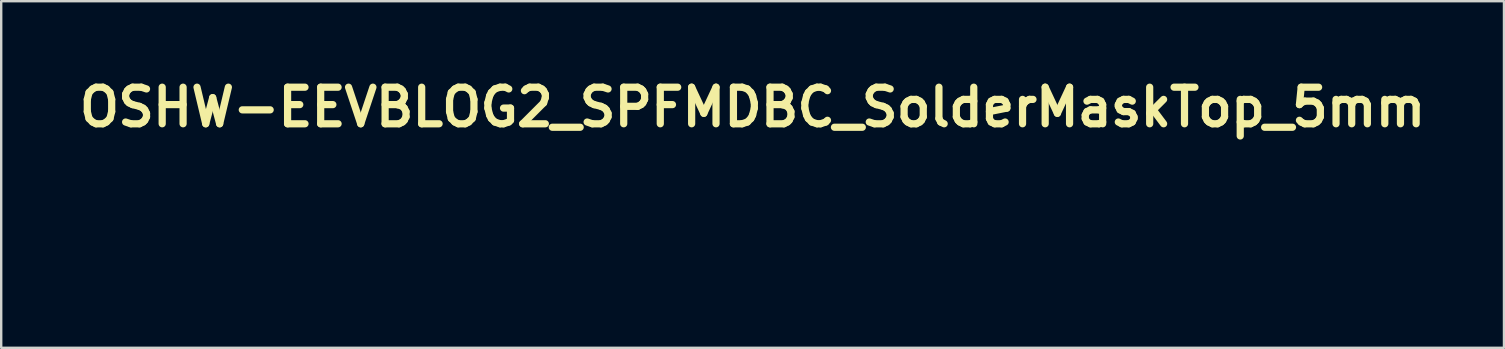
<source format=kicad_pcb>
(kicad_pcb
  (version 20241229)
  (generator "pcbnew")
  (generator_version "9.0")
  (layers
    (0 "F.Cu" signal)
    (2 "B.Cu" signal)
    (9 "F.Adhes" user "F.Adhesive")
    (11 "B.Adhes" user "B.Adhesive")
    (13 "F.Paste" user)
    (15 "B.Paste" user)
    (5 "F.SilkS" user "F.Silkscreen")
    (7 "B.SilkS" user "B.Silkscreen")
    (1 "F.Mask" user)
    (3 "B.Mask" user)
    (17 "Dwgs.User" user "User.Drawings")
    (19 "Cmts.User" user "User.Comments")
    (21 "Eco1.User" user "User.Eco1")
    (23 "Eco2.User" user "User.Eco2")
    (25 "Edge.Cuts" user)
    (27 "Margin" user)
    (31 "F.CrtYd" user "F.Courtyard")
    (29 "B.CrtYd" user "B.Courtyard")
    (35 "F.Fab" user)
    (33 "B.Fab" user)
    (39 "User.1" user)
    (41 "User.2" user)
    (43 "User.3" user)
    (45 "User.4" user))
  (footprint "OSHW-EEVBLOG2_SPFMDBC_SolderMaskTop_5mm"
    (layer "F.Cu")
    (at 28.31 5.863)
    (property "Reference" "OSHW-EEVBLOG2_SPFMDBC_SolderMaskTop_5mm" (at 0 -4.445 0) (layer "F.SilkS") (effects (font (size 1.524 1.524) (thickness 0.3))))
    (attr through_hole)
    (fp_poly (pts (xy -0.633 1.979) (xy -0.954 1.979) (xy -0.954 2.121) (xy -0.668 2.121) (xy -0.668 2.264) (xy -0.954 2.264) (xy -0.954 2.558) (xy -1.123 2.558) (xy -1.123 1.836) (xy -0.633 1.836) (xy -0.633 1.979)) (stroke (width 0.01) (type solid)) (fill yes) (layer "F.Mask"))
    (fp_poly (pts (xy -1.484 1.835) (xy -1.419 1.845) (xy -1.373 1.859) (xy -1.318 1.888) (xy -1.278 1.923) (xy -1.252 1.967) (xy -1.238 2.022) (xy -1.235 2.072) (xy -1.241 2.138) (xy -1.259 2.193) (xy -1.291 2.238) (xy -1.335 2.272) (xy -1.394 2.296) (xy -1.468 2.31) (xy -1.522 2.315) (xy -1.613 2.32) (xy -1.613 2.558) (xy -1.782 2.558) (xy -1.782 2.078) (xy -1.613 2.078) (xy -1.613 2.175) (xy -1.568 2.175) (xy -1.531 2.172) (xy -1.494 2.167) (xy -1.483 2.165) (xy -1.444 2.148) (xy -1.419 2.121) (xy -1.408 2.083) (xy -1.408 2.075) (xy -1.413 2.036) (xy -1.428 2.01) (xy -1.451 1.993) (xy -1.479 1.983) (xy -1.517 1.976) (xy -1.555 1.972) (xy -1.586 1.974) (xy -1.59 1.975) (xy -1.6 1.978) (xy -1.607 1.983) (xy -1.611 1.994) (xy -1.613 2.014) (xy -1.613 2.047) (xy -1.613 2.078) (xy -1.782 2.078) (xy -1.782 1.847) (xy -1.74 1.841) (xy -1.647 1.833) (xy -1.561 1.831) (xy -1.484 1.835)) (stroke (width 0.01) (type solid)) (fill yes) (layer "F.Mask"))
    (fp_poly (pts (xy 2.25 1.826) (xy 2.253 1.827) (xy 2.3 1.835) (xy 2.342 1.846) (xy 2.376 1.858) (xy 2.398 1.87) (xy 2.404 1.877) (xy 2.404 1.893) (xy 2.398 1.917) (xy 2.394 1.928) (xy 2.383 1.957) (xy 2.374 1.983) (xy 2.372 1.989) (xy 2.363 2.013) (xy 2.317 1.995) (xy 2.247 1.976) (xy 2.182 1.971) (xy 2.124 1.982) (xy 2.074 2.008) (xy 2.053 2.026) (xy 2.025 2.062) (xy 2.006 2.102) (xy 1.997 2.151) (xy 1.995 2.197) (xy 2.001 2.267) (xy 2.02 2.323) (xy 2.051 2.368) (xy 2.094 2.399) (xy 2.123 2.411) (xy 2.173 2.421) (xy 2.231 2.421) (xy 2.291 2.411) (xy 2.333 2.398) (xy 2.376 2.381) (xy 2.399 2.451) (xy 2.422 2.522) (xy 2.374 2.54) (xy 2.35 2.547) (xy 2.316 2.554) (xy 2.277 2.562) (xy 2.238 2.568) (xy 2.202 2.573) (xy 2.176 2.575) (xy 2.166 2.574) (xy 2.155 2.573) (xy 2.132 2.57) (xy 2.101 2.566) (xy 2.1 2.566) (xy 2.026 2.548) (xy 1.962 2.517) (xy 1.91 2.472) (xy 1.868 2.415) (xy 1.839 2.346) (xy 1.823 2.267) (xy 1.82 2.178) (xy 1.821 2.159) (xy 1.833 2.084) (xy 1.859 2.014) (xy 1.895 1.952) (xy 1.921 1.922) (xy 1.971 1.883) (xy 2.032 1.852) (xy 2.102 1.832) (xy 2.176 1.823) (xy 2.25 1.826)) (stroke (width 0.01) (type solid)) (fill yes) (layer "F.Mask"))
    (fp_poly (pts (xy 0.61 1.833) (xy 0.669 1.835) (xy 0.721 1.839) (xy 0.763 1.845) (xy 0.773 1.848) (xy 0.849 1.874) (xy 0.91 1.911) (xy 0.958 1.959) (xy 0.995 2.019) (xy 0.996 2.022) (xy 1.007 2.048) (xy 1.015 2.075) (xy 1.019 2.106) (xy 1.022 2.148) (xy 1.023 2.172) (xy 1.025 2.22) (xy 1.024 2.256) (xy 1.02 2.285) (xy 1.013 2.314) (xy 1.007 2.336) (xy 0.977 2.402) (xy 0.932 2.458) (xy 0.875 2.504) (xy 0.806 2.537) (xy 0.73 2.557) (xy 0.699 2.561) (xy 0.657 2.563) (xy 0.611 2.565) (xy 0.566 2.566) (xy 0.526 2.565) (xy 0.497 2.563) (xy 0.49 2.562) (xy 0.474 2.559) (xy 0.447 2.555) (xy 0.434 2.553) (xy 0.392 2.548) (xy 0.392 1.98) (xy 0.561 1.98) (xy 0.561 2.424) (xy 0.6 2.424) (xy 0.633 2.422) (xy 0.671 2.418) (xy 0.687 2.415) (xy 0.745 2.396) (xy 0.792 2.365) (xy 0.825 2.321) (xy 0.846 2.264) (xy 0.853 2.22) (xy 0.852 2.154) (xy 0.838 2.096) (xy 0.811 2.047) (xy 0.774 2.011) (xy 0.756 2) (xy 0.731 1.991) (xy 0.694 1.983) (xy 0.655 1.976) (xy 0.617 1.973) (xy 0.59 1.974) (xy 0.587 1.974) (xy 0.561 1.98) (xy 0.392 1.98) (xy 0.392 1.846) (xy 0.443 1.839) (xy 0.492 1.835) (xy 0.549 1.832) (xy 0.61 1.833)) (stroke (width 0.01) (type solid)) (fill yes) (layer "F.Mask"))
    (fp_poly (pts (xy 1.452 1.835) (xy 1.516 1.843) (xy 1.568 1.858) (xy 1.61 1.879) (xy 1.621 1.887) (xy 1.657 1.924) (xy 1.681 1.969) (xy 1.691 2.018) (xy 1.687 2.066) (xy 1.669 2.112) (xy 1.646 2.14) (xy 1.63 2.159) (xy 1.626 2.169) (xy 1.631 2.173) (xy 1.645 2.182) (xy 1.665 2.198) (xy 1.677 2.21) (xy 1.704 2.249) (xy 1.72 2.297) (xy 1.725 2.35) (xy 1.718 2.402) (xy 1.699 2.45) (xy 1.686 2.469) (xy 1.655 2.498) (xy 1.612 2.524) (xy 1.562 2.545) (xy 1.516 2.558) (xy 1.49 2.561) (xy 1.453 2.563) (xy 1.409 2.565) (xy 1.362 2.566) (xy 1.319 2.566) (xy 1.282 2.564) (xy 1.259 2.562) (xy 1.257 2.562) (xy 1.24 2.559) (xy 1.214 2.555) (xy 1.201 2.553) (xy 1.159 2.548) (xy 1.159 2.246) (xy 1.319 2.246) (xy 1.319 2.423) (xy 1.357 2.426) (xy 1.394 2.426) (xy 1.435 2.424) (xy 1.473 2.419) (xy 1.502 2.412) (xy 1.512 2.408) (xy 1.532 2.394) (xy 1.542 2.384) (xy 1.551 2.362) (xy 1.553 2.332) (xy 1.548 2.302) (xy 1.538 2.282) (xy 1.513 2.266) (xy 1.474 2.254) (xy 1.422 2.247) (xy 1.382 2.246) (xy 1.319 2.246) (xy 1.159 2.246) (xy 1.159 2.124) (xy 1.319 2.124) (xy 1.397 2.118) (xy 1.443 2.114) (xy 1.476 2.106) (xy 1.496 2.096) (xy 1.497 2.096) (xy 1.516 2.073) (xy 1.523 2.043) (xy 1.52 2.013) (xy 1.506 1.991) (xy 1.493 1.983) (xy 1.474 1.977) (xy 1.446 1.973) (xy 1.404 1.971) (xy 1.403 1.971) (xy 1.319 1.968) (xy 1.319 2.124) (xy 1.159 2.124) (xy 1.159 1.846) (xy 1.21 1.839) (xy 1.24 1.836) (xy 1.281 1.834) (xy 1.329 1.833) (xy 1.372 1.832) (xy 1.452 1.835)) (stroke (width 0.01) (type solid)) (fill yes) (layer "F.Mask"))
    (fp_poly (pts (xy -2.103 1.825) (xy -2.088 1.827) (xy -2.048 1.834) (xy -2.009 1.843) (xy -1.975 1.854) (xy -1.95 1.864) (xy -1.938 1.871) (xy -1.94 1.882) (xy -1.946 1.903) (xy -1.954 1.931) (xy -1.964 1.96) (xy -1.973 1.985) (xy -1.98 2.001) (xy -1.982 2.003) (xy -1.991 2.001) (xy -2.011 1.994) (xy -2.03 1.987) (xy -2.088 1.973) (xy -2.139 1.97) (xy -2.174 1.97) (xy -2.196 1.974) (xy -2.212 1.981) (xy -2.224 1.991) (xy -2.241 2.014) (xy -2.244 2.035) (xy -2.233 2.056) (xy -2.206 2.078) (xy -2.163 2.1) (xy -2.115 2.121) (xy -2.046 2.151) (xy -1.993 2.18) (xy -1.954 2.21) (xy -1.927 2.244) (xy -1.912 2.283) (xy -1.904 2.329) (xy -1.904 2.357) (xy -1.911 2.42) (xy -1.931 2.471) (xy -1.965 2.511) (xy -2.014 2.541) (xy -2.041 2.551) (xy -2.083 2.561) (xy -2.135 2.568) (xy -2.192 2.571) (xy -2.246 2.569) (xy -2.277 2.566) (xy -2.319 2.558) (xy -2.358 2.547) (xy -2.391 2.535) (xy -2.414 2.524) (xy -2.422 2.515) (xy -2.421 2.502) (xy -2.415 2.479) (xy -2.406 2.451) (xy -2.395 2.424) (xy -2.385 2.401) (xy -2.376 2.388) (xy -2.374 2.386) (xy -2.362 2.39) (xy -2.339 2.398) (xy -2.317 2.406) (xy -2.274 2.417) (xy -2.227 2.424) (xy -2.18 2.425) (xy -2.139 2.42) (xy -2.108 2.411) (xy -2.1 2.406) (xy -2.082 2.382) (xy -2.076 2.354) (xy -2.083 2.327) (xy -2.092 2.315) (xy -2.112 2.302) (xy -2.144 2.285) (xy -2.186 2.266) (xy -2.233 2.247) (xy -2.247 2.242) (xy -2.31 2.212) (xy -2.359 2.173) (xy -2.394 2.127) (xy -2.412 2.073) (xy -2.415 2.037) (xy -2.409 1.993) (xy -2.394 1.947) (xy -2.373 1.908) (xy -2.363 1.895) (xy -2.329 1.868) (xy -2.281 1.846) (xy -2.225 1.831) (xy -2.164 1.824) (xy -2.103 1.825)) (stroke (width 0.01) (type solid)) (fill yes) (layer "F.Mask"))
    (fp_poly (pts (xy -0.283 1.936) (xy -0.259 1.988) (xy -0.231 2.048) (xy -0.205 2.107) (xy -0.191 2.141) (xy -0.174 2.18) (xy -0.159 2.213) (xy -0.148 2.236) (xy -0.143 2.245) (xy -0.142 2.246) (xy -0.137 2.238) (xy -0.127 2.217) (xy -0.113 2.187) (xy -0.103 2.163) (xy -0.086 2.124) (xy -0.064 2.074) (xy -0.039 2.02) (xy -0.015 1.968) (xy -0.01 1.958) (xy 0.047 1.836) (xy 0.203 1.836) (xy 0.208 1.886) (xy 0.214 1.934) (xy 0.219 1.994) (xy 0.226 2.061) (xy 0.232 2.134) (xy 0.238 2.209) (xy 0.243 2.283) (xy 0.249 2.354) (xy 0.253 2.418) (xy 0.256 2.473) (xy 0.258 2.515) (xy 0.258 2.537) (xy 0.258 2.547) (xy 0.253 2.553) (xy 0.24 2.556) (xy 0.217 2.558) (xy 0.18 2.558) (xy 0.099 2.558) (xy 0.095 2.502) (xy 0.093 2.474) (xy 0.09 2.432) (xy 0.088 2.382) (xy 0.085 2.327) (xy 0.084 2.296) (xy 0.082 2.244) (xy 0.079 2.199) (xy 0.077 2.162) (xy 0.074 2.137) (xy 0.072 2.128) (xy 0.068 2.127) (xy 0.059 2.139) (xy 0.046 2.164) (xy 0.028 2.204) (xy 0.004 2.259) (xy -0.009 2.29) (xy -0.085 2.469) (xy -0.146 2.467) (xy -0.207 2.464) (xy -0.284 2.282) (xy -0.361 2.099) (xy -0.367 2.157) (xy -0.369 2.184) (xy -0.371 2.226) (xy -0.374 2.277) (xy -0.377 2.334) (xy -0.379 2.386) (xy -0.386 2.558) (xy -0.55 2.558) (xy -0.547 2.515) (xy -0.545 2.493) (xy -0.543 2.456) (xy -0.54 2.409) (xy -0.537 2.356) (xy -0.535 2.313) (xy -0.531 2.251) (xy -0.526 2.186) (xy -0.521 2.12) (xy -0.516 2.055) (xy -0.51 1.995) (xy -0.505 1.941) (xy -0.5 1.898) (xy -0.496 1.867) (xy -0.494 1.852) (xy -0.489 1.844) (xy -0.478 1.839) (xy -0.458 1.837) (xy -0.424 1.836) (xy -0.411 1.836) (xy -0.332 1.836) (xy -0.283 1.936)) (stroke (width 0.01) (type solid)) (fill yes) (layer "F.Mask"))
    (fp_poly (pts (xy 0.348 -2.573) (xy 0.351 -2.56) (xy 0.358 -2.531) (xy 0.366 -2.49) (xy 0.377 -2.437) (xy 0.389 -2.376) (xy 0.401 -2.308) (xy 0.409 -2.264) (xy 0.423 -2.195) (xy 0.435 -2.131) (xy 0.446 -2.075) (xy 0.456 -2.028) (xy 0.463 -1.994) (xy 0.468 -1.973) (xy 0.47 -1.968) (xy 0.482 -1.962) (xy 0.507 -1.95) (xy 0.542 -1.934) (xy 0.586 -1.916) (xy 0.636 -1.895) (xy 0.688 -1.874) (xy 0.739 -1.853) (xy 0.788 -1.834) (xy 0.832 -1.817) (xy 0.867 -1.805) (xy 0.891 -1.797) (xy 0.901 -1.794) (xy 0.912 -1.801) (xy 0.938 -1.817) (xy 0.978 -1.843) (xy 1.032 -1.879) (xy 1.101 -1.926) (xy 1.184 -1.982) (xy 1.281 -2.049) (xy 1.345 -2.093) (xy 1.376 -2.114) (xy 1.403 -2.129) (xy 1.421 -2.138) (xy 1.425 -2.139) (xy 1.435 -2.133) (xy 1.455 -2.115) (xy 1.485 -2.088) (xy 1.523 -2.053) (xy 1.567 -2.01) (xy 1.615 -1.963) (xy 1.657 -1.921) (xy 1.718 -1.86) (xy 1.768 -1.809) (xy 1.806 -1.769) (xy 1.835 -1.738) (xy 1.854 -1.715) (xy 1.866 -1.699) (xy 1.87 -1.689) (xy 1.87 -1.687) (xy 1.864 -1.676) (xy 1.849 -1.652) (xy 1.826 -1.617) (xy 1.797 -1.573) (xy 1.763 -1.522) (xy 1.724 -1.465) (xy 1.699 -1.429) (xy 1.659 -1.37) (xy 1.623 -1.316) (xy 1.591 -1.268) (xy 1.565 -1.228) (xy 1.546 -1.197) (xy 1.535 -1.178) (xy 1.533 -1.173) (xy 1.536 -1.162) (xy 1.546 -1.137) (xy 1.56 -1.1) (xy 1.578 -1.056) (xy 1.599 -1.007) (xy 1.621 -0.954) (xy 1.644 -0.902) (xy 1.665 -0.853) (xy 1.685 -0.809) (xy 1.701 -0.773) (xy 1.713 -0.748) (xy 1.72 -0.737) (xy 1.72 -0.737) (xy 1.727 -0.733) (xy 1.744 -0.728) (xy 1.772 -0.721) (xy 1.812 -0.713) (xy 1.865 -0.702) (xy 1.932 -0.69) (xy 2.014 -0.674) (xy 2.113 -0.657) (xy 2.126 -0.654) (xy 2.189 -0.643) (xy 2.237 -0.633) (xy 2.271 -0.625) (xy 2.295 -0.618) (xy 2.31 -0.611) (xy 2.319 -0.604) (xy 2.32 -0.604) (xy 2.324 -0.598) (xy 2.328 -0.589) (xy 2.33 -0.576) (xy 2.332 -0.558) (xy 2.333 -0.531) (xy 2.334 -0.494) (xy 2.334 -0.445) (xy 2.334 -0.383) (xy 2.333 -0.305) (xy 2.333 -0.289) (xy 2.332 -0.194) (xy 2.33 -0.116) (xy 2.328 -0.056) (xy 2.326 -0.014) (xy 2.323 0.011) (xy 2.321 0.018) (xy 2.31 0.022) (xy 2.284 0.028) (xy 2.244 0.037) (xy 2.194 0.048) (xy 2.134 0.06) (xy 2.068 0.073) (xy 2.027 0.08) (xy 1.958 0.094) (xy 1.894 0.106) (xy 1.838 0.118) (xy 1.792 0.128) (xy 1.758 0.137) (xy 1.737 0.143) (xy 1.733 0.145) (xy 1.726 0.157) (xy 1.714 0.182) (xy 1.699 0.219) (xy 1.68 0.265) (xy 1.659 0.316) (xy 1.637 0.37) (xy 1.616 0.425) (xy 1.596 0.477) (xy 1.578 0.524) (xy 1.564 0.562) (xy 1.555 0.591) (xy 1.551 0.605) (xy 1.551 0.606) (xy 1.556 0.623) (xy 1.569 0.647) (xy 1.581 0.666) (xy 1.615 0.714) (xy 1.651 0.767) (xy 1.689 0.822) (xy 1.727 0.877) (xy 1.762 0.931) (xy 1.795 0.981) (xy 1.824 1.025) (xy 1.847 1.061) (xy 1.863 1.088) (xy 1.871 1.102) (xy 1.872 1.104) (xy 1.865 1.113) (xy 1.848 1.134) (xy 1.821 1.163) (xy 1.786 1.201) (xy 1.744 1.245) (xy 1.696 1.293) (xy 1.66 1.33) (xy 1.6 1.39) (xy 1.551 1.438) (xy 1.511 1.476) (xy 1.481 1.504) (xy 1.458 1.523) (xy 1.442 1.535) (xy 1.43 1.541) (xy 1.426 1.541) (xy 1.412 1.536) (xy 1.384 1.521) (xy 1.343 1.496) (xy 1.29 1.462) (xy 1.227 1.419) (xy 1.177 1.386) (xy 1.121 1.347) (xy 1.069 1.312) (xy 1.023 1.281) (xy 0.985 1.257) (xy 0.958 1.24) (xy 0.942 1.231) (xy 0.94 1.23) (xy 0.928 1.234) (xy 0.904 1.245) (xy 0.871 1.261) (xy 0.832 1.281) (xy 0.827 1.283) (xy 0.787 1.304) (xy 0.751 1.32) (xy 0.724 1.332) (xy 0.708 1.337) (xy 0.707 1.337) (xy 0.69 1.329) (xy 0.68 1.317) (xy 0.675 1.305) (xy 0.664 1.278) (xy 0.647 1.238) (xy 0.626 1.186) (xy 0.6 1.124) (xy 0.57 1.053) (xy 0.538 0.974) (xy 0.503 0.89) (xy 0.473 0.817) (xy 0.426 0.705) (xy 0.387 0.608) (xy 0.354 0.526) (xy 0.327 0.459) (xy 0.307 0.405) (xy 0.292 0.365) (xy 0.283 0.337) (xy 0.28 0.322) (xy 0.28 0.318) (xy 0.29 0.304) (xy 0.311 0.284) (xy 0.338 0.265) (xy 0.428 0.2) (xy 0.503 0.128) (xy 0.564 0.049) (xy 0.598 -0.011) (xy 0.636 -0.104) (xy 0.657 -0.203) (xy 0.663 -0.303) (xy 0.653 -0.404) (xy 0.627 -0.502) (xy 0.587 -0.595) (xy 0.531 -0.68) (xy 0.525 -0.688) (xy 0.459 -0.759) (xy 0.381 -0.82) (xy 0.296 -0.87) (xy 0.207 -0.905) (xy 0.174 -0.914) (xy 0.135 -0.92) (xy 0.087 -0.925) (xy 0.035 -0.928) (xy -0.015 -0.928) (xy -0.058 -0.926) (xy -0.085 -0.922) (xy -0.193 -0.89) (xy -0.292 -0.843) (xy -0.379 -0.781) (xy -0.455 -0.707) (xy -0.52 -0.619) (xy -0.54 -0.584) (xy -0.573 -0.508) (xy -0.596 -0.423) (xy -0.609 -0.334) (xy -0.609 -0.248) (xy -0.606 -0.214) (xy -0.583 -0.107) (xy -0.545 -0.01) (xy -0.492 0.079) (xy -0.423 0.159) (xy -0.339 0.229) (xy -0.295 0.259) (xy -0.262 0.282) (xy -0.238 0.302) (xy -0.227 0.317) (xy -0.226 0.318) (xy -0.228 0.329) (xy -0.235 0.353) (xy -0.248 0.389) (xy -0.266 0.439) (xy -0.292 0.504) (xy -0.323 0.582) (xy -0.361 0.676) (xy -0.406 0.786) (xy -0.419 0.817) (xy -0.456 0.905) (xy -0.49 0.989) (xy -0.522 1.066) (xy -0.551 1.136) (xy -0.576 1.196) (xy -0.597 1.246) (xy -0.613 1.284) (xy -0.623 1.308) (xy -0.627 1.317) (xy -0.641 1.333) (xy -0.654 1.337) (xy -0.669 1.333) (xy -0.696 1.322) (xy -0.731 1.305) (xy -0.77 1.285) (xy -0.775 1.283) (xy -0.814 1.263) (xy -0.848 1.247) (xy -0.873 1.235) (xy -0.886 1.23) (xy -0.887 1.23) (xy -0.897 1.235) (xy -0.919 1.249) (xy -0.952 1.27) (xy -0.995 1.298) (xy -1.044 1.331) (xy -1.099 1.369) (xy -1.124 1.386) (xy -1.193 1.433) (xy -1.253 1.472) (xy -1.302 1.504) (xy -1.339 1.526) (xy -1.363 1.539) (xy -1.373 1.541) (xy -1.382 1.539) (xy -1.395 1.53) (xy -1.415 1.515) (xy -1.442 1.491) (xy -1.477 1.458) (xy -1.521 1.415) (xy -1.576 1.36) (xy -1.608 1.329) (xy -1.666 1.271) (xy -1.712 1.223) (xy -1.749 1.186) (xy -1.776 1.157) (xy -1.795 1.135) (xy -1.807 1.119) (xy -1.813 1.108) (xy -1.815 1.099) (xy -1.815 1.095) (xy -1.808 1.083) (xy -1.793 1.058) (xy -1.77 1.022) (xy -1.741 0.977) (xy -1.707 0.926) (xy -1.669 0.871) (xy -1.653 0.848) (xy -1.614 0.791) (xy -1.579 0.738) (xy -1.549 0.692) (xy -1.524 0.653) (xy -1.507 0.625) (xy -1.498 0.608) (xy -1.497 0.605) (xy -1.501 0.592) (xy -1.51 0.565) (xy -1.523 0.528) (xy -1.541 0.482) (xy -1.56 0.431) (xy -1.582 0.376) (xy -1.603 0.322) (xy -1.624 0.27) (xy -1.643 0.224) (xy -1.66 0.186) (xy -1.672 0.159) (xy -1.679 0.145) (xy -1.68 0.145) (xy -1.691 0.14) (xy -1.717 0.133) (xy -1.757 0.124) (xy -1.807 0.113) (xy -1.867 0.101) (xy -1.933 0.088) (xy -1.974 0.08) (xy -2.043 0.067) (xy -2.107 0.055) (xy -2.163 0.043) (xy -2.209 0.033) (xy -2.243 0.025) (xy -2.263 0.02) (xy -2.267 0.018) (xy -2.271 0.006) (xy -2.273 -0.024) (xy -2.276 -0.072) (xy -2.277 -0.137) (xy -2.279 -0.22) (xy -2.28 -0.289) (xy -2.28 -0.37) (xy -2.281 -0.435) (xy -2.281 -0.486) (xy -2.28 -0.525) (xy -2.279 -0.553) (xy -2.277 -0.574) (xy -2.275 -0.587) (xy -2.271 -0.596) (xy -2.267 -0.603) (xy -2.266 -0.604) (xy -2.259 -0.61) (xy -2.247 -0.615) (xy -2.228 -0.622) (xy -2.2 -0.629) (xy -2.162 -0.637) (xy -2.111 -0.647) (xy -2.047 -0.659) (xy -1.974 -0.672) (xy -1.905 -0.685) (xy -1.842 -0.697) (xy -1.786 -0.708) (xy -1.739 -0.717) (xy -1.704 -0.724) (xy -1.684 -0.729) (xy -1.68 -0.73) (xy -1.671 -0.739) (xy -1.658 -0.759) (xy -1.641 -0.793) (xy -1.618 -0.841) (xy -1.59 -0.904) (xy -1.57 -0.95) (xy -1.546 -1.008) (xy -1.524 -1.061) (xy -1.505 -1.106) (xy -1.491 -1.142) (xy -1.482 -1.166) (xy -1.479 -1.175) (xy -1.484 -1.185) (xy -1.498 -1.208) (xy -1.52 -1.242) (xy -1.548 -1.285) (xy -1.582 -1.335) (xy -1.62 -1.391) (xy -1.646 -1.429) (xy -1.686 -1.487) (xy -1.723 -1.542) (xy -1.755 -1.59) (xy -1.782 -1.631) (xy -1.802 -1.662) (xy -1.814 -1.682) (xy -1.816 -1.687) (xy -1.814 -1.695) (xy -1.806 -1.708) (xy -1.789 -1.729) (xy -1.764 -1.757) (xy -1.729 -1.794) (xy -1.684 -1.841) (xy -1.627 -1.898) (xy -1.603 -1.921) (xy -1.552 -1.973) (xy -1.504 -2.019) (xy -1.461 -2.061) (xy -1.425 -2.094) (xy -1.397 -2.12) (xy -1.379 -2.135) (xy -1.372 -2.139) (xy -1.359 -2.134) (xy -1.335 -2.121) (xy -1.305 -2.103) (xy -1.292 -2.093) (xy -1.186 -2.02) (xy -1.094 -1.958) (xy -1.017 -1.905) (xy -0.955 -1.863) (xy -0.906 -1.831) (xy -0.872 -1.809) (xy -0.852 -1.797) (xy -0.847 -1.794) (xy -0.836 -1.797) (xy -0.811 -1.805) (xy -0.775 -1.818) (xy -0.732 -1.835) (xy -0.682 -1.855) (xy -0.63 -1.875) (xy -0.579 -1.897) (xy -0.529 -1.917) (xy -0.486 -1.935) (xy -0.451 -1.951) (xy -0.427 -1.962) (xy -0.417 -1.968) (xy -0.413 -1.978) (xy -0.407 -2.004) (xy -0.399 -2.043) (xy -0.389 -2.093) (xy -0.377 -2.153) (xy -0.365 -2.219) (xy -0.356 -2.264) (xy -0.343 -2.335) (xy -0.33 -2.4) (xy -0.319 -2.458) (xy -0.309 -2.507) (xy -0.301 -2.544) (xy -0.296 -2.567) (xy -0.294 -2.573) (xy -0.286 -2.593) (xy 0.339 -2.593) (xy 0.348 -2.573)) (stroke (width 0.01) (type solid)) (fill yes) (layer "F.Mask")))
  (gr_rect
    (start -3 -3)
    (end 59.62 11.443)
    (stroke (width 0.1) (type default))
    (fill no)
    (layer "Edge.Cuts")))
</source>
